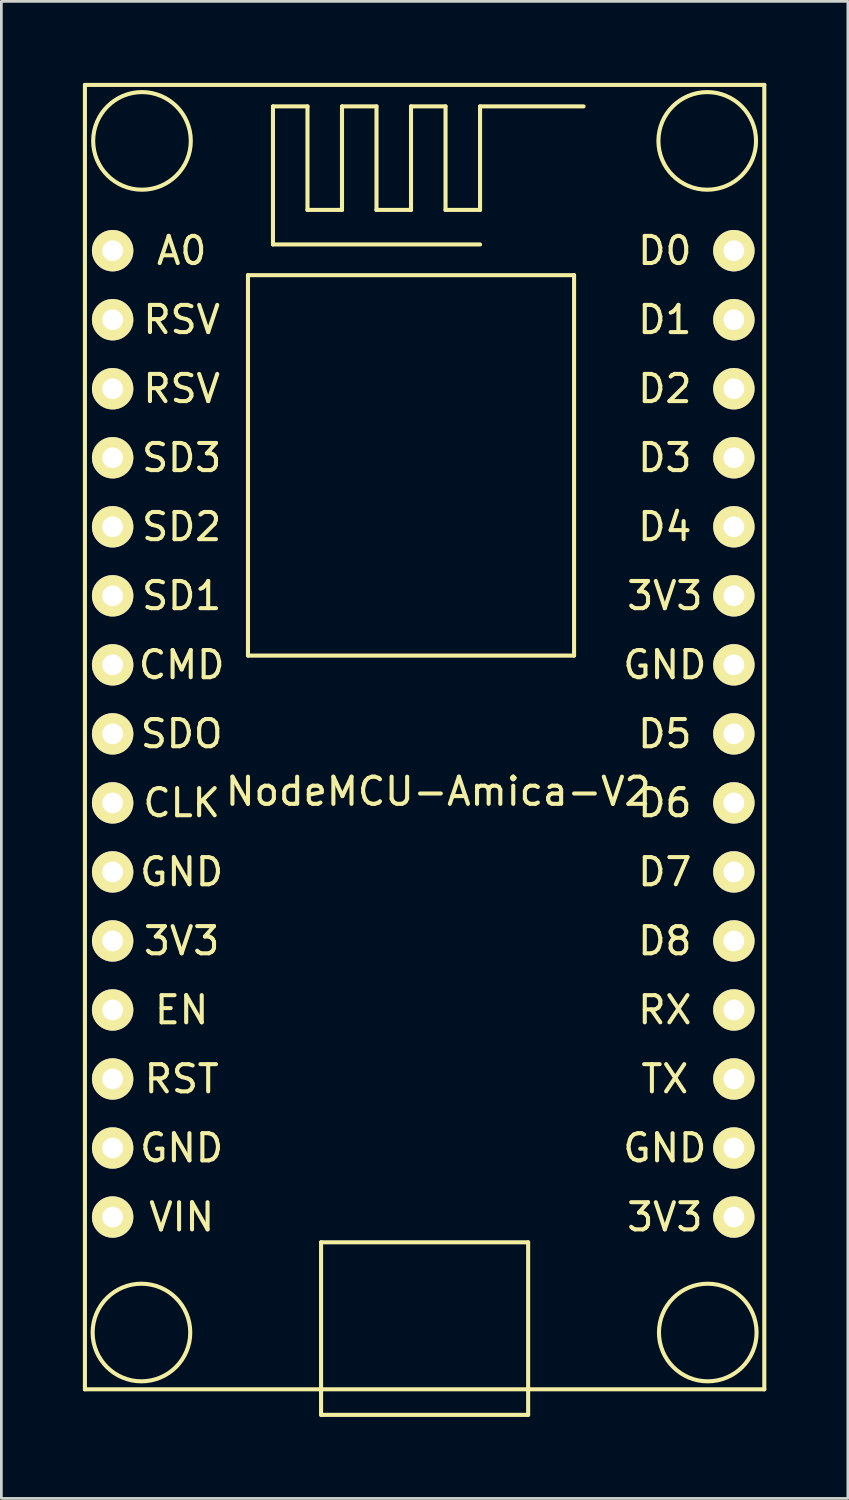
<source format=kicad_pcb>
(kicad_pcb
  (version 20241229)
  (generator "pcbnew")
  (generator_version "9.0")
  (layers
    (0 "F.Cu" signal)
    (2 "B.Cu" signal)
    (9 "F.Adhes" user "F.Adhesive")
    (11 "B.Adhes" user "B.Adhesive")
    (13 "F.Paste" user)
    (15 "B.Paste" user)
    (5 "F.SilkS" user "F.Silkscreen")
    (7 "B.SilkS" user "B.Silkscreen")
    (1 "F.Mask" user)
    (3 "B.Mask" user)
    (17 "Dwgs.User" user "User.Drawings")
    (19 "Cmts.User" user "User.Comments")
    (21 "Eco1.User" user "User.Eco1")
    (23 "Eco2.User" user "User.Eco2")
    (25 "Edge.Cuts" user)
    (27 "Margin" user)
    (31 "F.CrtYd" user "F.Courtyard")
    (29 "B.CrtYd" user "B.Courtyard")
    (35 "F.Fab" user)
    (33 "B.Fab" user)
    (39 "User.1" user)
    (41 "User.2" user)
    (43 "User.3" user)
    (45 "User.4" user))
  (footprint "NodeMCU-Amica-V2"
    (layer "F.Cu")
    (at 13.795 41.735)
    (property "Reference" "NodeMCU-Amica-V2" (at -0.72 -15.66 0) (layer "F.SilkS") (effects (font (size 1 1) (thickness 0.15))))
    (attr through_hole)
    (fp_line (start -13.72 -41.66) (end -13.72 6.34) (stroke (width 0.15) (type solid)) (layer "F.SilkS"))
    (fp_line (start -13.72 6.34) (end 11.28 6.34) (stroke (width 0.15) (type solid)) (layer "F.SilkS"))
    (fp_line (start -7.72 -34.66) (end 4.28 -34.66) (stroke (width 0.15) (type solid)) (layer "F.SilkS"))
    (fp_line (start -7.72 -20.66) (end -7.72 -34.66) (stroke (width 0.15) (type solid)) (layer "F.SilkS"))
    (fp_line (start -6.8 -40.87) (end -5.53 -40.87) (stroke (width 0.15) (type solid)) (layer "F.SilkS"))
    (fp_line (start -6.8 -35.79) (end -6.8 -40.87) (stroke (width 0.15) (type solid)) (layer "F.SilkS"))
    (fp_line (start -5.53 -40.87) (end -5.53 -37.06) (stroke (width 0.15) (type solid)) (layer "F.SilkS"))
    (fp_line (start -5.53 -37.06) (end -4.26 -37.06) (stroke (width 0.15) (type solid)) (layer "F.SilkS"))
    (fp_line (start -5.03 0.93) (end -5.03 7.28) (stroke (width 0.15) (type solid)) (layer "F.SilkS"))
    (fp_line (start -5.03 7.28) (end 2.59 7.28) (stroke (width 0.15) (type solid)) (layer "F.SilkS"))
    (fp_line (start -4.26 -40.87) (end -2.99 -40.87) (stroke (width 0.15) (type solid)) (layer "F.SilkS"))
    (fp_line (start -4.26 -37.06) (end -4.26 -40.87) (stroke (width 0.15) (type solid)) (layer "F.SilkS"))
    (fp_line (start -2.99 -40.87) (end -2.99 -37.06) (stroke (width 0.15) (type solid)) (layer "F.SilkS"))
    (fp_line (start -2.99 -37.06) (end -1.72 -37.06) (stroke (width 0.15) (type solid)) (layer "F.SilkS"))
    (fp_line (start -1.72 -40.87) (end -0.45 -40.87) (stroke (width 0.15) (type solid)) (layer "F.SilkS"))
    (fp_line (start -1.72 -37.06) (end -1.72 -40.87) (stroke (width 0.15) (type solid)) (layer "F.SilkS"))
    (fp_line (start -0.45 -40.87) (end -0.45 -37.06) (stroke (width 0.15) (type solid)) (layer "F.SilkS"))
    (fp_line (start -0.45 -37.06) (end 0.82 -37.06) (stroke (width 0.15) (type solid)) (layer "F.SilkS"))
    (fp_line (start 0.82 -40.87) (end 4.63 -40.87) (stroke (width 0.15) (type solid)) (layer "F.SilkS"))
    (fp_line (start 0.82 -37.06) (end 0.82 -40.87) (stroke (width 0.15) (type solid)) (layer "F.SilkS"))
    (fp_line (start 0.82 -35.79) (end -6.8 -35.79) (stroke (width 0.15) (type solid)) (layer "F.SilkS"))
    (fp_line (start 2.59 0.93) (end -5.03 0.93) (stroke (width 0.15) (type solid)) (layer "F.SilkS"))
    (fp_line (start 2.59 7.28) (end 2.59 0.93) (stroke (width 0.15) (type solid)) (layer "F.SilkS"))
    (fp_line (start 4.28 -34.66) (end 4.28 -20.66) (stroke (width 0.15) (type solid)) (layer "F.SilkS"))
    (fp_line (start 4.28 -20.66) (end -7.72 -20.66) (stroke (width 0.15) (type solid)) (layer "F.SilkS"))
    (fp_line (start 11.28 -41.66) (end -13.72 -41.66) (stroke (width 0.15) (type solid)) (layer "F.SilkS"))
    (fp_line (start 11.28 -41.66) (end 11.28 6.34) (stroke (width 0.15) (type solid)) (layer "F.SilkS"))
    (fp_circle (center -11.64 4.25) (end -10.37 2.98) (stroke (width 0.15) (type solid)) (fill no) (layer "F.SilkS"))
    (fp_circle (center -11.62 -39.6) (end -10.35 -40.87) (stroke (width 0.15) (type solid)) (fill no) (layer "F.SilkS"))
    (fp_circle (center 9.18 -39.6) (end 10.45 -40.87) (stroke (width 0.15) (type solid)) (fill no) (layer "F.SilkS"))
    (fp_circle (center 9.2 4.25) (end 10.47 2.98) (stroke (width 0.15) (type solid)) (fill no) (layer "F.SilkS"))
    (fp_text user "SD2" (at -10.16 -25.4 0) (layer "F.SilkS") (effects (font (size 1 1) (thickness 0.15))))
    (fp_text user "D7" (at 7.62 -12.7 0) (layer "F.SilkS") (effects (font (size 1 1) (thickness 0.15))))
    (fp_text user "3V3" (at 7.62 0 0) (layer "F.SilkS") (effects (font (size 1 1) (thickness 0.15))))
    (fp_text user "D2" (at 7.62 -30.48 0) (layer "F.SilkS") (effects (font (size 1 1) (thickness 0.15))))
    (fp_text user "GND" (at 7.62 -2.54 0) (layer "F.SilkS") (effects (font (size 1 1) (thickness 0.15))))
    (fp_text user "VIN" (at -10.16 0 0) (layer "F.SilkS") (effects (font (size 1 1) (thickness 0.15))))
    (fp_text user "RSV" (at -10.16 -30.48 0) (layer "F.SilkS") (effects (font (size 1 1) (thickness 0.15))))
    (fp_text user "GND" (at -10.16 -12.7 0) (layer "F.SilkS") (effects (font (size 1 1) (thickness 0.15))))
    (fp_text user "3V3" (at -10.16 -10.16 0) (layer "F.SilkS") (effects (font (size 1 1) (thickness 0.15))))
    (fp_text user "RX" (at 7.62 -7.62 0) (layer "F.SilkS") (effects (font (size 1 1) (thickness 0.15))))
    (fp_text user "GND" (at 7.62 -20.32 0) (layer "F.SilkS") (effects (font (size 1 1) (thickness 0.15))))
    (fp_text user "D6" (at 7.62 -15.24 0) (layer "F.SilkS") (effects (font (size 1 1) (thickness 0.15))))
    (fp_text user "D4" (at 7.62 -25.4 0) (layer "F.SilkS") (effects (font (size 1 1) (thickness 0.15))))
    (fp_text user "A0" (at -10.16 -35.56 0) (layer "F.SilkS") (effects (font (size 1 1) (thickness 0.15))))
    (fp_text user "EN" (at -10.16 -7.62 0) (layer "F.SilkS") (effects (font (size 1 1) (thickness 0.15))))
    (fp_text user "CLK" (at -10.16 -15.24 0) (layer "F.SilkS") (effects (font (size 1 1) (thickness 0.15))))
    (fp_text user "TX" (at 7.62 -5.08 0) (layer "F.SilkS") (effects (font (size 1 1) (thickness 0.15))))
    (fp_text user "CMD" (at -10.16 -20.32 0) (layer "F.SilkS") (effects (font (size 1 1) (thickness 0.15))))
    (fp_text user "GND" (at -10.16 -2.54 0) (layer "F.SilkS") (effects (font (size 1 1) (thickness 0.15))))
    (fp_text user "RSV" (at -10.16 -33.02 0) (layer "F.SilkS") (effects (font (size 1 1) (thickness 0.15))))
    (fp_text user "D1" (at 7.62 -33.02 0) (layer "F.SilkS") (effects (font (size 1 1) (thickness 0.15))))
    (fp_text user "SD1" (at -10.16 -22.86 0) (layer "F.SilkS") (effects (font (size 1 1) (thickness 0.15))))
    (fp_text user "RST" (at -10.16 -5.08 0) (layer "F.SilkS") (effects (font (size 1 1) (thickness 0.15))))
    (fp_text user "D3" (at 7.62 -27.94 0) (layer "F.SilkS") (effects (font (size 1 1) (thickness 0.15))))
    (fp_text user "SDO" (at -10.16 -17.78 0) (layer "F.SilkS") (effects (font (size 1 1) (thickness 0.15))))
    (fp_text user "D5" (at 7.62 -17.78 0) (layer "F.SilkS") (effects (font (size 1 1) (thickness 0.15))))
    (fp_text user "D0" (at 7.62 -35.56 0) (layer "F.SilkS") (effects (font (size 1 1) (thickness 0.15))))
    (fp_text user "3V3" (at 7.62 -22.86 0) (layer "F.SilkS") (effects (font (size 1 1) (thickness 0.15))))
    (fp_text user "D8" (at 7.62 -10.16 0) (layer "F.SilkS") (effects (font (size 1 1) (thickness 0.15))))
    (fp_text user "SD3" (at -10.16 -27.94 0) (layer "F.SilkS") (effects (font (size 1 1) (thickness 0.15))))
    (pad "1" thru_hole circle (at -12.7 -35.56) (size 1.524 1.524) (drill 0.762) (layers "*.Cu" "*.Mask" "F.SilkS"))
    (pad "2" thru_hole circle (at -12.7 -33.02) (size 1.524 1.524) (drill 0.762) (layers "*.Cu" "*.Mask" "F.SilkS"))
    (pad "3" thru_hole circle (at -12.7 -30.48) (size 1.524 1.524) (drill 0.762) (layers "*.Cu" "*.Mask" "F.SilkS"))
    (pad "4" thru_hole circle (at -12.7 -27.94) (size 1.524 1.524) (drill 0.762) (layers "*.Cu" "*.Mask" "F.SilkS"))
    (pad "5" thru_hole circle (at -12.7 -25.4) (size 1.524 1.524) (drill 0.762) (layers "*.Cu" "*.Mask" "F.SilkS"))
    (pad "6" thru_hole circle (at -12.7 -22.86) (size 1.524 1.524) (drill 0.762) (layers "*.Cu" "*.Mask" "F.SilkS"))
    (pad "7" thru_hole circle (at -12.7 -20.32) (size 1.524 1.524) (drill 0.762) (layers "*.Cu" "*.Mask" "F.SilkS"))
    (pad "8" thru_hole circle (at -12.7 -17.78) (size 1.524 1.524) (drill 0.762) (layers "*.Cu" "*.Mask" "F.SilkS"))
    (pad "9" thru_hole circle (at -12.7 -15.24) (size 1.524 1.524) (drill 0.762) (layers "*.Cu" "*.Mask" "F.SilkS"))
    (pad "10" thru_hole circle (at -12.7 -12.7) (size 1.524 1.524) (drill 0.762) (layers "*.Cu" "*.Mask" "F.SilkS"))
    (pad "11" thru_hole circle (at -12.7 -10.16) (size 1.524 1.524) (drill 0.762) (layers "*.Cu" "*.Mask" "F.SilkS"))
    (pad "12" thru_hole circle (at -12.7 -7.62) (size 1.524 1.524) (drill 0.762) (layers "*.Cu" "*.Mask" "F.SilkS"))
    (pad "13" thru_hole circle (at -12.7 -5.08) (size 1.524 1.524) (drill 0.762) (layers "*.Cu" "*.Mask" "F.SilkS"))
    (pad "14" thru_hole circle (at -12.7 -2.54) (size 1.524 1.524) (drill 0.762) (layers "*.Cu" "*.Mask" "F.SilkS"))
    (pad "15" thru_hole circle (at -12.7 0) (size 1.524 1.524) (drill 0.762) (layers "*.Cu" "*.Mask" "F.SilkS"))
    (pad "16" thru_hole circle (at 10.16 0) (size 1.524 1.524) (drill 0.762) (layers "*.Cu" "*.Mask" "F.SilkS"))
    (pad "17" thru_hole circle (at 10.16 -2.54) (size 1.524 1.524) (drill 0.762) (layers "*.Cu" "*.Mask" "F.SilkS"))
    (pad "18" thru_hole circle (at 10.16 -5.08) (size 1.524 1.524) (drill 0.762) (layers "*.Cu" "*.Mask" "F.SilkS"))
    (pad "19" thru_hole circle (at 10.16 -7.62) (size 1.524 1.524) (drill 0.762) (layers "*.Cu" "*.Mask" "F.SilkS"))
    (pad "20" thru_hole circle (at 10.16 -10.16) (size 1.524 1.524) (drill 0.762) (layers "*.Cu" "*.Mask" "F.SilkS"))
    (pad "21" thru_hole circle (at 10.16 -12.7) (size 1.524 1.524) (drill 0.762) (layers "*.Cu" "*.Mask" "F.SilkS"))
    (pad "22" thru_hole circle (at 10.16 -15.24) (size 1.524 1.524) (drill 0.762) (layers "*.Cu" "*.Mask" "F.SilkS"))
    (pad "23" thru_hole circle (at 10.16 -17.78) (size 1.524 1.524) (drill 0.762) (layers "*.Cu" "*.Mask" "F.SilkS"))
    (pad "24" thru_hole circle (at 10.16 -20.32) (size 1.524 1.524) (drill 0.762) (layers "*.Cu" "*.Mask" "F.SilkS"))
    (pad "25" thru_hole circle (at 10.16 -22.86) (size 1.524 1.524) (drill 0.762) (layers "*.Cu" "*.Mask" "F.SilkS"))
    (pad "26" thru_hole circle (at 10.16 -25.4) (size 1.524 1.524) (drill 0.762) (layers "*.Cu" "*.Mask" "F.SilkS"))
    (pad "27" thru_hole circle (at 10.16 -27.94) (size 1.524 1.524) (drill 0.762) (layers "*.Cu" "*.Mask" "F.SilkS"))
    (pad "28" thru_hole circle (at 10.16 -30.48) (size 1.524 1.524) (drill 0.762) (layers "*.Cu" "*.Mask" "F.SilkS"))
    (pad "29" thru_hole circle (at 10.16 -33.02) (size 1.524 1.524) (drill 0.762) (layers "*.Cu" "*.Mask" "F.SilkS"))
    (pad "30" thru_hole circle (at 10.16 -35.56) (size 1.524 1.524) (drill 0.762) (layers "*.Cu" "*.Mask" "F.SilkS")))
  (gr_rect
    (start -3 -3)
    (end 28.15 52.09)
    (stroke (width 0.1) (type default))
    (fill no)
    (layer "Edge.Cuts")))
</source>
